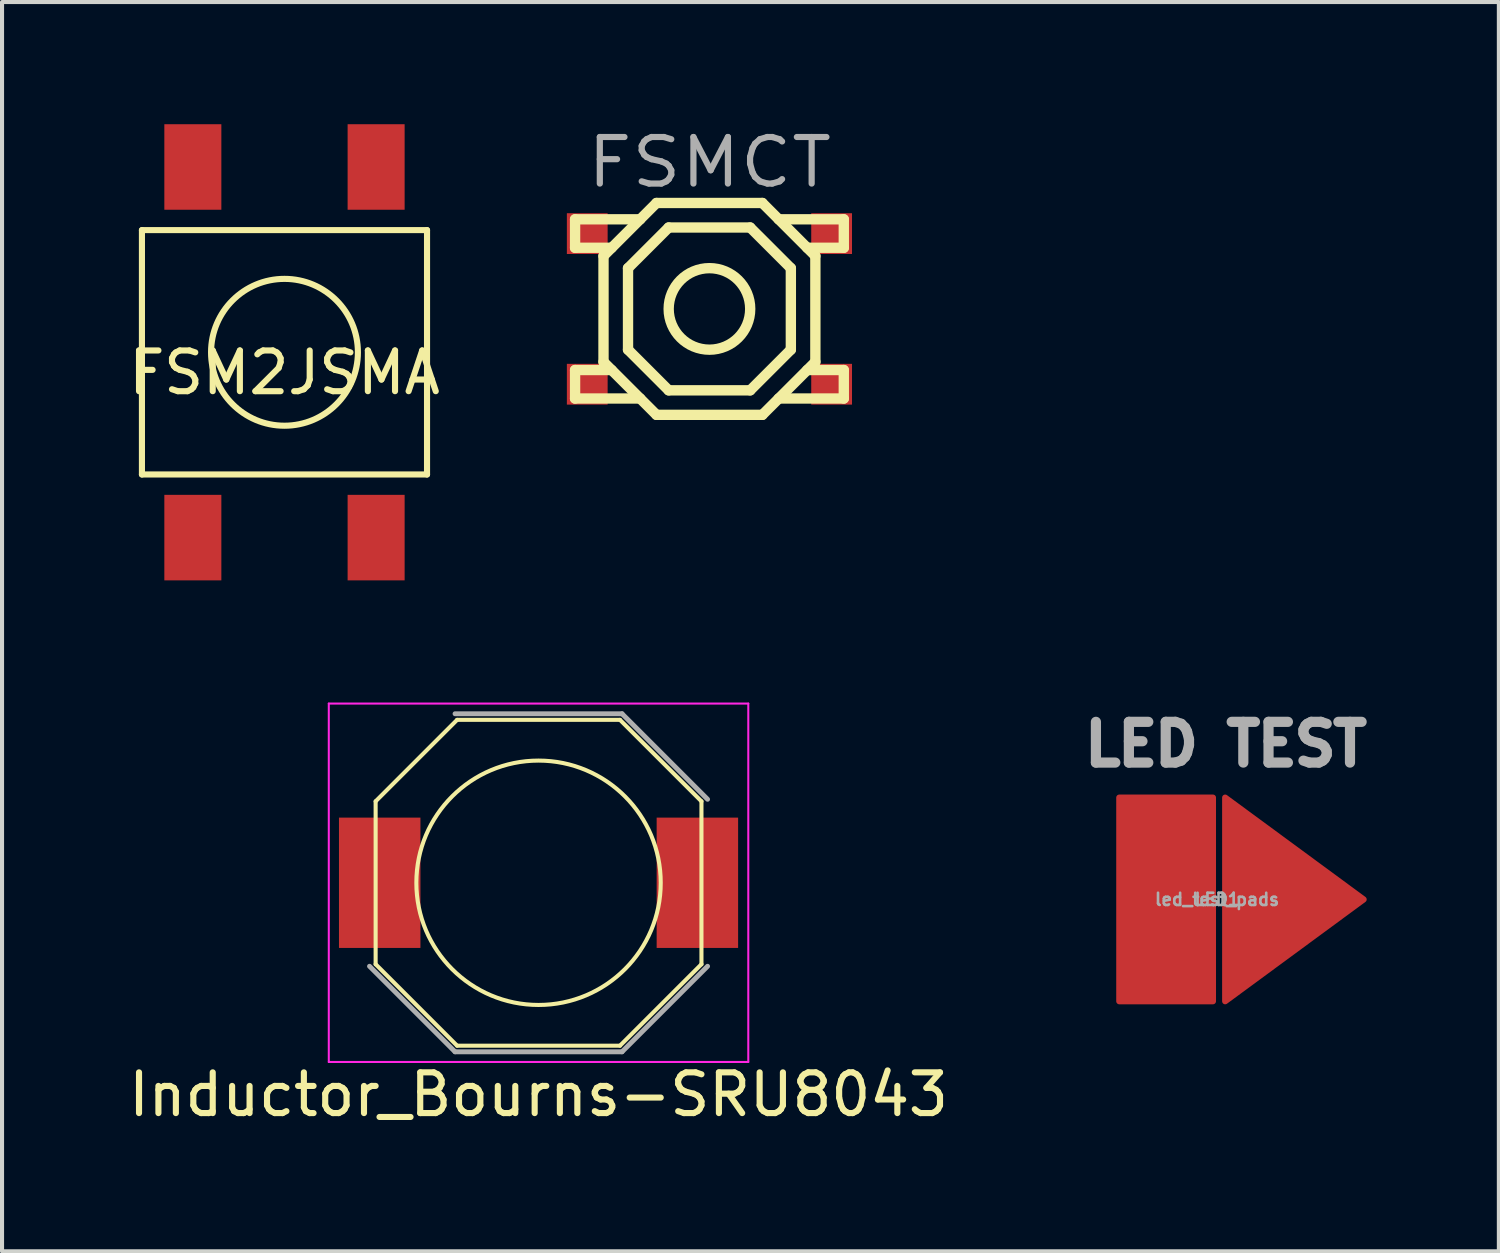
<source format=kicad_pcb>
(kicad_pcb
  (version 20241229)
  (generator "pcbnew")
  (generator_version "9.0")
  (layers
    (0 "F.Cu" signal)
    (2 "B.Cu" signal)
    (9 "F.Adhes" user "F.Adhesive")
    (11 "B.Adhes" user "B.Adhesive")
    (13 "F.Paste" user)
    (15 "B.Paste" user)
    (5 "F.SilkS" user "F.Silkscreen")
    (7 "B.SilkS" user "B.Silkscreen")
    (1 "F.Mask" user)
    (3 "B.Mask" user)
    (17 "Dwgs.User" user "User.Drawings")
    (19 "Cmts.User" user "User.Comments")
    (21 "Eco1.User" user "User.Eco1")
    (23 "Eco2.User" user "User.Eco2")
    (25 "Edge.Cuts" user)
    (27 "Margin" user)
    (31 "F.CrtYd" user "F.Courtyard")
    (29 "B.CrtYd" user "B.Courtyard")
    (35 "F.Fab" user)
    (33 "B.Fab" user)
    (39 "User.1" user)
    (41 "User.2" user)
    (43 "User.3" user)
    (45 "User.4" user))
  (footprint "led_test_pads"
    (layer "F.Cu")
    (at 26.932 19.034)
    (property "Reference" "led_test_pads" (at -0.099 0 0) (layer "F.Fab") (effects (font (size 0.3 0.3) (thickness 0.064))))
    (attr through_hole)
    (fp_poly (pts (xy 0.1 -2.5) (xy 3.5 0) (xy 0.1 2.5)) (stroke (width 0.15) (type solid)) (fill yes) (layer "F.Cu"))
    (fp_poly (pts (xy -2.5 -1.3) (xy -2.5 2.5) (xy -0.2 2.5) (xy -0.2 -2.5) (xy -2.5 -2.5)) (stroke (width 0.15) (type solid)) (fill yes) (layer "F.Cu"))
    (fp_poly (pts (xy 0.1 -2.5) (xy 3.5 0) (xy 0.1 2.5)) (stroke (width 0.15) (type solid)) (fill yes) (layer "F.Mask"))
    (fp_poly (pts (xy -2.5 -1.3) (xy -2.5 2.5) (xy -0.2 2.5) (xy -0.2 -2.5) (xy -2.5 -2.5)) (stroke (width 0.15) (type solid)) (fill yes) (layer "F.Mask"))
    (fp_text user "LED1" (at -0.099 0 0) (layer "F.Fab") (effects (font (size 0.3 0.3) (thickness 0.064))))
    (fp_text user "LED TEST" (at 0.117 -3.81 0) (layer "F.Fab") (effects (font (size 1 1) (thickness 0.25))))
    (pad "1" smd custom (at 0.8 0) (size 1 1) (layers "F.Cu" "F.Mask") (options (anchor rect)) (primitives))
    (pad "2" smd custom (at -0.899 0) (size 1 1) (layers "F.Cu" "F.Mask") (options (anchor circle)) (primitives)))
  (footprint "Inductor_Bourns-SRU8043"
    (layer "F.Cu")
    (at 10.173 18.625)
    (property "Reference" "Inductor_Bourns-SRU8043" (at 0 5.2 0) (layer "F.SilkS") (effects (font (size 1 1) (thickness 0.15))))
    (attr smd)
    (fp_line (start -4 -2) (end -2 -4) (stroke (width 0.1) (type solid)) (layer "F.SilkS"))
    (fp_line (start -4 2) (end -4 -2) (stroke (width 0.1) (type solid)) (layer "F.SilkS"))
    (fp_line (start -2 -4) (end 2 -4) (stroke (width 0.1) (type solid)) (layer "F.SilkS"))
    (fp_line (start -2 4) (end -4 2) (stroke (width 0.1) (type solid)) (layer "F.SilkS"))
    (fp_line (start 2 -4) (end 4 -2) (stroke (width 0.1) (type solid)) (layer "F.SilkS"))
    (fp_line (start 2 4) (end -2 4) (stroke (width 0.1) (type solid)) (layer "F.SilkS"))
    (fp_line (start 4 -2) (end 4 2) (stroke (width 0.1) (type solid)) (layer "F.SilkS"))
    (fp_line (start 4 2) (end 2 4) (stroke (width 0.1) (type solid)) (layer "F.SilkS"))
    (fp_circle (center 0 0) (end 0 -3) (stroke (width 0.1) (type solid)) (fill no) (layer "F.SilkS"))
    (fp_line (start -5.15 -4.4) (end 5.15 -4.4) (stroke (width 0.05) (type solid)) (layer "F.CrtYd"))
    (fp_line (start -5.15 4.4) (end -5.15 -4.4) (stroke (width 0.05) (type solid)) (layer "F.CrtYd"))
    (fp_line (start 5.15 -4.4) (end 5.15 4.4) (stroke (width 0.05) (type solid)) (layer "F.CrtYd"))
    (fp_line (start 5.15 4.4) (end -5.15 4.4) (stroke (width 0.05) (type solid)) (layer "F.CrtYd"))
    (fp_line (start -2.05 -4.15) (end 2.05 -4.15) (stroke (width 0.12) (type solid)) (layer "F.Fab"))
    (fp_line (start -2.05 4.15) (end -4.15 2.05) (stroke (width 0.12) (type solid)) (layer "F.Fab"))
    (fp_line (start 2.05 -4.15) (end 4.15 -2.05) (stroke (width 0.12) (type solid)) (layer "F.Fab"))
    (fp_line (start 2.05 4.15) (end -2.05 4.15) (stroke (width 0.12) (type solid)) (layer "F.Fab"))
    (fp_line (start 2.05 4.15) (end 4.15 2.05) (stroke (width 0.12) (type solid)) (layer "F.Fab"))
    (pad "1" smd rect (at -3.9 0) (size 2 3.2) (layers "F.Cu" "F.Mask" "F.Paste"))
    (pad "2" smd rect (at 3.9 0) (size 2 3.2) (layers "F.Cu" "F.Mask" "F.Paste")))
  (footprint "FSMCT"
    (layer "F.Cu")
    (at 14.369 4.535)
    (property "Reference" "FSMCT" (at 0 -3.599 0) (layer "F.Fab") (effects (font (size 1.143 1.27) (thickness 0.152))))
    (attr through_hole)
    (fp_line (start -3.299 -2.2) (end -3.299 -1.501) (stroke (width 0.254) (type solid)) (layer "F.SilkS"))
    (fp_line (start -3.299 -1.501) (end -2.4 -1.501) (stroke (width 0.254) (type solid)) (layer "F.SilkS"))
    (fp_line (start -3.299 1.501) (end -3.299 2.2) (stroke (width 0.254) (type solid)) (layer "F.SilkS"))
    (fp_line (start -3.299 1.501) (end -2.4 1.501) (stroke (width 0.254) (type solid)) (layer "F.SilkS"))
    (fp_line (start -3.299 2.2) (end -1.699 2.2) (stroke (width 0.254) (type solid)) (layer "F.SilkS"))
    (fp_line (start -2.601 -1.3) (end -2.601 1.3) (stroke (width 0.254) (type solid)) (layer "F.SilkS"))
    (fp_line (start -2.601 1.3) (end -1.3 2.601) (stroke (width 0.254) (type solid)) (layer "F.SilkS"))
    (fp_line (start -1.999 -1.001) (end -1.999 1.001) (stroke (width 0.254) (type solid)) (layer "F.SilkS"))
    (fp_line (start -1.999 1.001) (end -1.001 1.999) (stroke (width 0.254) (type solid)) (layer "F.SilkS"))
    (fp_line (start -1.699 -2.2) (end -3.299 -2.2) (stroke (width 0.254) (type solid)) (layer "F.SilkS"))
    (fp_line (start -1.3 -2.601) (end -2.601 -1.3) (stroke (width 0.254) (type solid)) (layer "F.SilkS"))
    (fp_line (start -1.3 2.601) (end 1.3 2.601) (stroke (width 0.254) (type solid)) (layer "F.SilkS"))
    (fp_line (start -1.001 -1.999) (end -1.999 -1.001) (stroke (width 0.254) (type solid)) (layer "F.SilkS"))
    (fp_line (start -1.001 1.999) (end 1.001 1.999) (stroke (width 0.254) (type solid)) (layer "F.SilkS"))
    (fp_line (start 1.001 -1.999) (end -1.001 -1.999) (stroke (width 0.254) (type solid)) (layer "F.SilkS"))
    (fp_line (start 1.001 1.999) (end 1.999 1.001) (stroke (width 0.254) (type solid)) (layer "F.SilkS"))
    (fp_line (start 1.3 -2.601) (end -1.3 -2.601) (stroke (width 0.254) (type solid)) (layer "F.SilkS"))
    (fp_line (start 1.3 2.601) (end 2.601 1.3) (stroke (width 0.254) (type solid)) (layer "F.SilkS"))
    (fp_line (start 1.699 2.2) (end 3.299 2.2) (stroke (width 0.254) (type solid)) (layer "F.SilkS"))
    (fp_line (start 1.999 -1.001) (end 1.001 -1.999) (stroke (width 0.254) (type solid)) (layer "F.SilkS"))
    (fp_line (start 1.999 1.001) (end 1.999 -1.001) (stroke (width 0.254) (type solid)) (layer "F.SilkS"))
    (fp_line (start 2.4 -1.501) (end 3.299 -1.501) (stroke (width 0.254) (type solid)) (layer "F.SilkS"))
    (fp_line (start 2.601 -1.3) (end 1.3 -2.601) (stroke (width 0.254) (type solid)) (layer "F.SilkS"))
    (fp_line (start 2.601 1.3) (end 2.601 -1.3) (stroke (width 0.254) (type solid)) (layer "F.SilkS"))
    (fp_line (start 3.299 -2.2) (end 1.699 -2.2) (stroke (width 0.254) (type solid)) (layer "F.SilkS"))
    (fp_line (start 3.299 -1.501) (end 3.299 -2.2) (stroke (width 0.254) (type solid)) (layer "F.SilkS"))
    (fp_line (start 3.299 1.501) (end 2.4 1.501) (stroke (width 0.254) (type solid)) (layer "F.SilkS"))
    (fp_line (start 3.299 2.2) (end 3.299 1.501) (stroke (width 0.254) (type solid)) (layer "F.SilkS"))
    (fp_circle (center 0 0) (end -1.001 0) (stroke (width 0.254) (type solid)) (fill no) (layer "F.SilkS"))
    (pad "1" smd rect (at -3 -1.849) (size 1.001 1.001) (layers "F.Cu" "F.Mask" "F.Paste"))
    (pad "2" smd rect (at 3 -1.849) (size 1.001 1.001) (layers "F.Cu" "F.Mask" "F.Paste"))
    (pad "3" smd rect (at -3 1.849) (size 1.001 1.001) (layers "F.Cu" "F.Mask" "F.Paste"))
    (pad "4" smd rect (at 3 1.849) (size 1.001 1.001) (layers "F.Cu" "F.Mask" "F.Paste")))
  (footprint "FSM2JSMA"
    (layer "F.Cu")
    (at 3.935 5.6)
    (property "Reference" "FSM2JSMA" (at 0 0.5 0) (layer "F.SilkS") (effects (font (size 1 1) (thickness 0.15))))
    (attr through_hole)
    (fp_line (start -3.5 -3) (end -3.5 3) (stroke (width 0.15) (type solid)) (layer "F.SilkS"))
    (fp_line (start -3.5 3) (end 3.5 3) (stroke (width 0.15) (type solid)) (layer "F.SilkS"))
    (fp_line (start 3.5 -3) (end -3.5 -3) (stroke (width 0.15) (type solid)) (layer "F.SilkS"))
    (fp_line (start 3.5 3) (end 3.5 -3) (stroke (width 0.15) (type solid)) (layer "F.SilkS"))
    (fp_circle (center 0 0) (end 1.5 1) (stroke (width 0.15) (type solid)) (fill no) (layer "F.SilkS"))
    (pad "1" smd rect (at 2.25 -4.55) (size 1.4 2.1) (layers "F.Cu" "F.Mask" "F.Paste"))
    (pad "1" smd rect (at 2.25 4.55) (size 1.4 2.1) (layers "F.Cu" "F.Mask" "F.Paste"))
    (pad "2" smd rect (at -2.25 -4.55) (size 1.4 2.1) (layers "F.Cu" "F.Mask" "F.Paste"))
    (pad "2" smd rect (at -2.25 4.55) (size 1.4 2.1) (layers "F.Cu" "F.Mask" "F.Paste")))
  (gr_rect
    (start -3 -3)
    (end 33.752 27.673)
    (stroke (width 0.1) (type default))
    (fill no)
    (layer "Edge.Cuts")))
</source>
